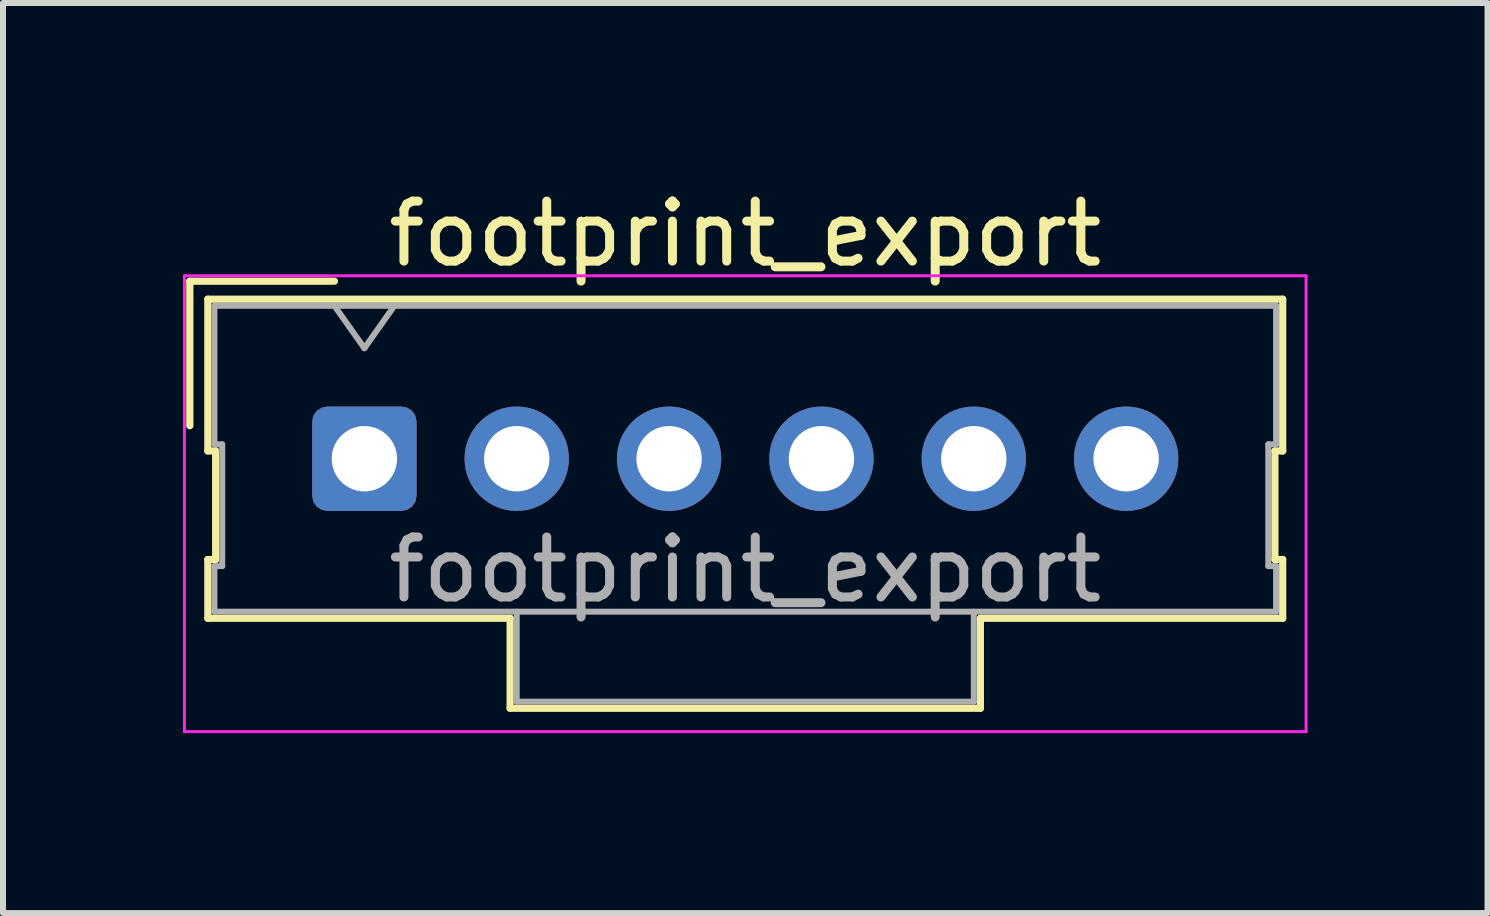
<source format=kicad_pcb>
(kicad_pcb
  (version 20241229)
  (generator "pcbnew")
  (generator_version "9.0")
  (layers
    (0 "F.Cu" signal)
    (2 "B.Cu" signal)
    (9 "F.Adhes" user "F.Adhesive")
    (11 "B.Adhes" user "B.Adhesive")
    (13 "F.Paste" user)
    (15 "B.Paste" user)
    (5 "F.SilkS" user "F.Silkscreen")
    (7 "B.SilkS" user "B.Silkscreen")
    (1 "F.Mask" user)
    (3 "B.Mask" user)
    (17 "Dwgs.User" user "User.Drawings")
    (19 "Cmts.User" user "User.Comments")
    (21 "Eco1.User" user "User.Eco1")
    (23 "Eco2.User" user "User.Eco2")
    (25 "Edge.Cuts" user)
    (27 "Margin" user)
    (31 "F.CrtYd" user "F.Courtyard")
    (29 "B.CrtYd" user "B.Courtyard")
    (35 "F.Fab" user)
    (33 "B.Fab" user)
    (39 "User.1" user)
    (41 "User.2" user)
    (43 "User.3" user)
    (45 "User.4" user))
  (footprint "footprint_export"
    (layer "F.Cu")
    (at 3.025 4.598)
    (property "Reference" "footprint_export" (at 6.35 -3.75 0) (layer "F.SilkS") (effects (font (size 1 1) (thickness 0.15))))
    (attr through_hole)
    (fp_line (start -2.91 -2.96) (end -0.5 -2.96) (stroke (width 0.12) (type solid)) (layer "F.SilkS"))
    (fp_line (start -2.91 -0.55) (end -2.91 -2.96) (stroke (width 0.12) (type solid)) (layer "F.SilkS"))
    (fp_line (start -2.61 -2.66) (end -2.61 -0.13) (stroke (width 0.12) (type solid)) (layer "F.SilkS"))
    (fp_line (start -2.61 -0.13) (end -2.48 -0.13) (stroke (width 0.12) (type solid)) (layer "F.SilkS"))
    (fp_line (start -2.61 1.68) (end -2.61 2.66) (stroke (width 0.12) (type solid)) (layer "F.SilkS"))
    (fp_line (start -2.61 2.66) (end 2.43 2.66) (stroke (width 0.12) (type solid)) (layer "F.SilkS"))
    (fp_line (start -2.48 -0.13) (end -2.48 1.68) (stroke (width 0.12) (type solid)) (layer "F.SilkS"))
    (fp_line (start -2.48 1.68) (end -2.61 1.68) (stroke (width 0.12) (type solid)) (layer "F.SilkS"))
    (fp_line (start 2.43 2.66) (end 2.43 4.16) (stroke (width 0.12) (type solid)) (layer "F.SilkS"))
    (fp_line (start 2.43 4.16) (end 10.27 4.16) (stroke (width 0.12) (type solid)) (layer "F.SilkS"))
    (fp_line (start 10.27 2.66) (end 15.31 2.66) (stroke (width 0.12) (type solid)) (layer "F.SilkS"))
    (fp_line (start 10.27 4.16) (end 10.27 2.66) (stroke (width 0.12) (type solid)) (layer "F.SilkS"))
    (fp_line (start 15.18 -0.13) (end 15.31 -0.13) (stroke (width 0.12) (type solid)) (layer "F.SilkS"))
    (fp_line (start 15.18 1.68) (end 15.18 -0.13) (stroke (width 0.12) (type solid)) (layer "F.SilkS"))
    (fp_line (start 15.31 -2.66) (end -2.61 -2.66) (stroke (width 0.12) (type solid)) (layer "F.SilkS"))
    (fp_line (start 15.31 -0.13) (end 15.31 -2.66) (stroke (width 0.12) (type solid)) (layer "F.SilkS"))
    (fp_line (start 15.31 1.68) (end 15.18 1.68) (stroke (width 0.12) (type solid)) (layer "F.SilkS"))
    (fp_line (start 15.31 2.66) (end 15.31 1.68) (stroke (width 0.12) (type solid)) (layer "F.SilkS"))
    (fp_line (start -3 -3.05) (end -3 4.55) (stroke (width 0.05) (type solid)) (layer "F.CrtYd"))
    (fp_line (start -3 4.55) (end 15.7 4.55) (stroke (width 0.05) (type solid)) (layer "F.CrtYd"))
    (fp_line (start 15.7 -3.05) (end -3 -3.05) (stroke (width 0.05) (type solid)) (layer "F.CrtYd"))
    (fp_line (start 15.7 4.55) (end 15.7 -3.05) (stroke (width 0.05) (type solid)) (layer "F.CrtYd"))
    (fp_line (start -2.5 -2.55) (end -2.5 -0.24) (stroke (width 0.1) (type solid)) (layer "F.Fab"))
    (fp_line (start -2.5 -0.24) (end -2.37 -0.24) (stroke (width 0.1) (type solid)) (layer "F.Fab"))
    (fp_line (start -2.5 1.79) (end -2.5 2.55) (stroke (width 0.1) (type solid)) (layer "F.Fab"))
    (fp_line (start -2.5 2.55) (end 15.2 2.55) (stroke (width 0.1) (type solid)) (layer "F.Fab"))
    (fp_line (start -2.37 -0.24) (end -2.37 1.79) (stroke (width 0.1) (type solid)) (layer "F.Fab"))
    (fp_line (start -2.37 1.79) (end -2.5 1.79) (stroke (width 0.1) (type solid)) (layer "F.Fab"))
    (fp_line (start 0 -1.843) (end -0.5 -2.55) (stroke (width 0.1) (type solid)) (layer "F.Fab"))
    (fp_line (start 0.5 -2.55) (end 0 -1.843) (stroke (width 0.1) (type solid)) (layer "F.Fab"))
    (fp_line (start 2.54 2.55) (end 2.54 4.05) (stroke (width 0.1) (type solid)) (layer "F.Fab"))
    (fp_line (start 2.54 4.05) (end 10.16 4.05) (stroke (width 0.1) (type solid)) (layer "F.Fab"))
    (fp_line (start 10.16 4.05) (end 10.16 2.55) (stroke (width 0.1) (type solid)) (layer "F.Fab"))
    (fp_line (start 15.07 -0.24) (end 15.2 -0.24) (stroke (width 0.1) (type solid)) (layer "F.Fab"))
    (fp_line (start 15.07 1.79) (end 15.07 -0.24) (stroke (width 0.1) (type solid)) (layer "F.Fab"))
    (fp_line (start 15.2 -2.55) (end -2.5 -2.55) (stroke (width 0.1) (type solid)) (layer "F.Fab"))
    (fp_line (start 15.2 -0.24) (end 15.2 -2.55) (stroke (width 0.1) (type solid)) (layer "F.Fab"))
    (fp_line (start 15.2 1.79) (end 15.07 1.79) (stroke (width 0.1) (type solid)) (layer "F.Fab"))
    (fp_line (start 15.2 2.55) (end 15.2 1.79) (stroke (width 0.1) (type solid)) (layer "F.Fab"))
    (fp_text user "${REFERENCE}" (at 6.35 1.85 0) (layer "F.Fab") (effects (font (size 1 1) (thickness 0.15))))
    (pad "1" thru_hole roundrect (at 0 0) (size 1.74 1.74) (drill 1.09) (layers "*.Cu" "*.Mask") (roundrect_rratio 0.144))
    (pad "2" thru_hole circle (at 2.54 0) (size 1.74 1.74) (drill 1.09) (layers "*.Cu" "*.Mask"))
    (pad "3" thru_hole circle (at 5.08 0) (size 1.74 1.74) (drill 1.09) (layers "*.Cu" "*.Mask"))
    (pad "4" thru_hole circle (at 7.62 0) (size 1.74 1.74) (drill 1.09) (layers "*.Cu" "*.Mask"))
    (pad "5" thru_hole circle (at 10.16 0) (size 1.74 1.74) (drill 1.09) (layers "*.Cu" "*.Mask"))
    (pad "6" thru_hole circle (at 12.7 0) (size 1.74 1.74) (drill 1.09) (layers "*.Cu" "*.Mask")))
  (gr_rect
    (start -3 -3)
    (end 21.75 12.173)
    (stroke (width 0.1) (type default))
    (fill no)
    (layer "Edge.Cuts")))
</source>
